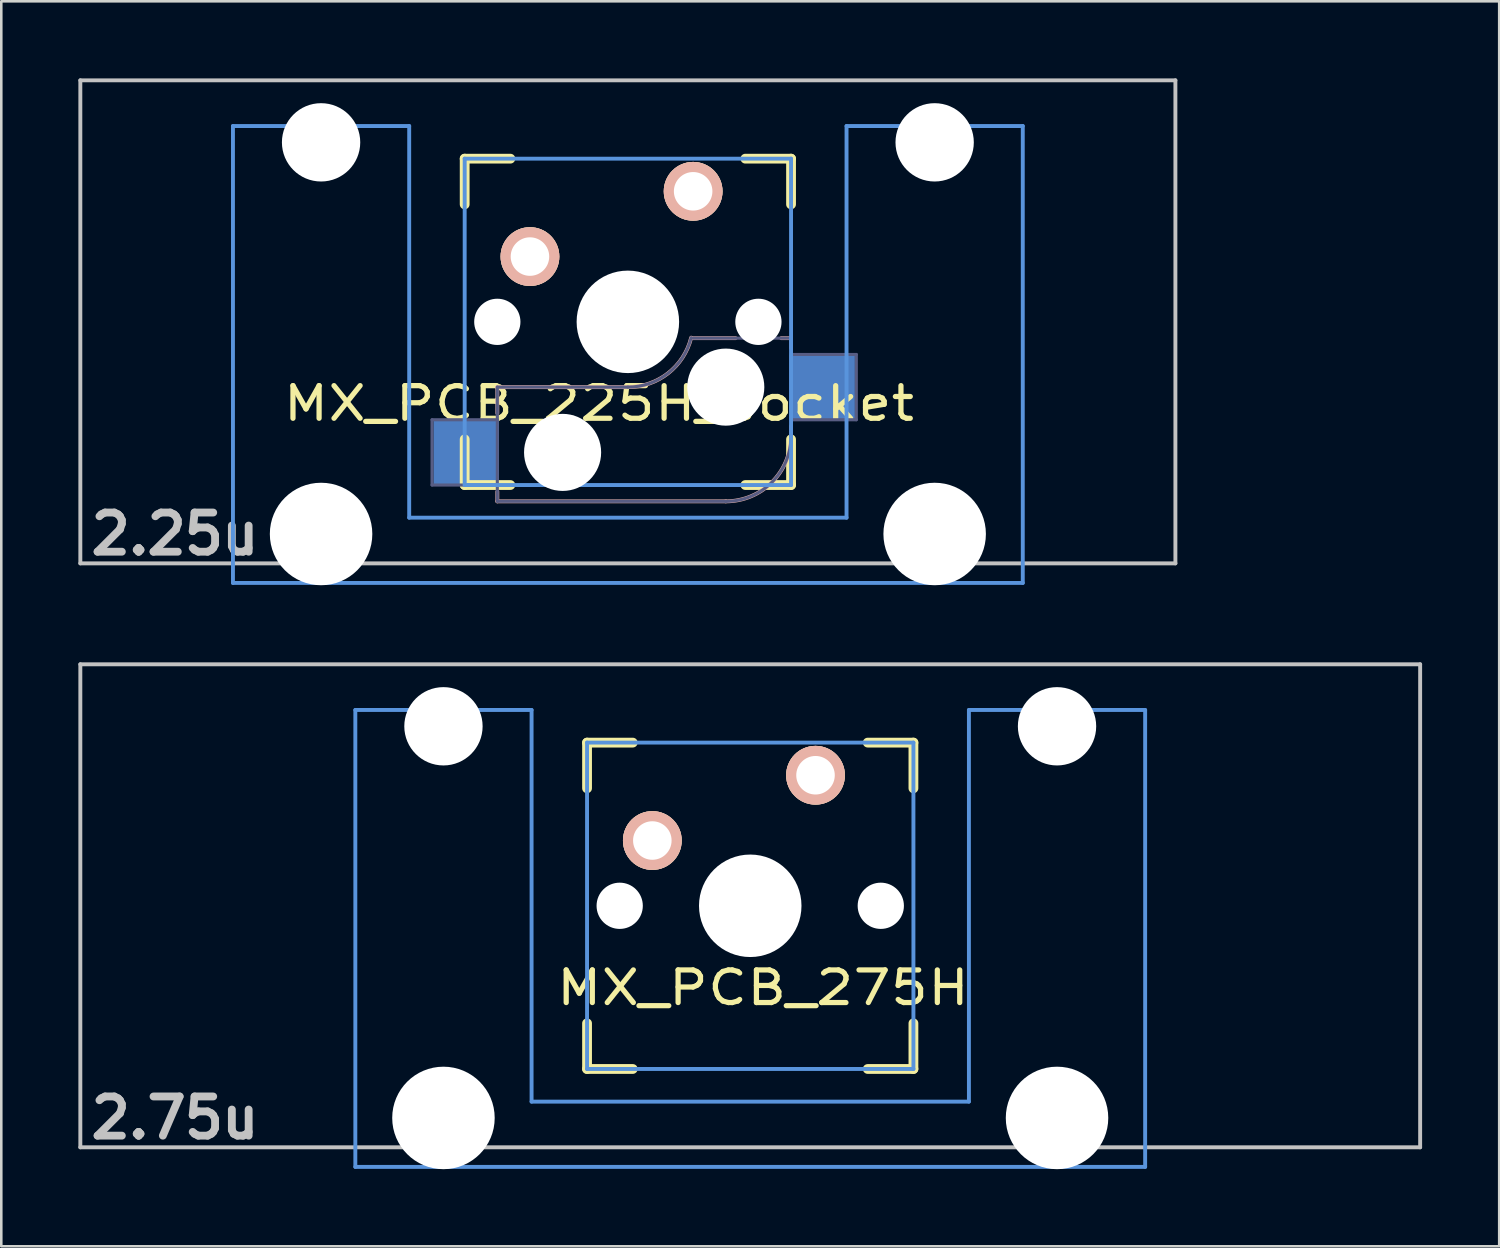
<source format=kicad_pcb>
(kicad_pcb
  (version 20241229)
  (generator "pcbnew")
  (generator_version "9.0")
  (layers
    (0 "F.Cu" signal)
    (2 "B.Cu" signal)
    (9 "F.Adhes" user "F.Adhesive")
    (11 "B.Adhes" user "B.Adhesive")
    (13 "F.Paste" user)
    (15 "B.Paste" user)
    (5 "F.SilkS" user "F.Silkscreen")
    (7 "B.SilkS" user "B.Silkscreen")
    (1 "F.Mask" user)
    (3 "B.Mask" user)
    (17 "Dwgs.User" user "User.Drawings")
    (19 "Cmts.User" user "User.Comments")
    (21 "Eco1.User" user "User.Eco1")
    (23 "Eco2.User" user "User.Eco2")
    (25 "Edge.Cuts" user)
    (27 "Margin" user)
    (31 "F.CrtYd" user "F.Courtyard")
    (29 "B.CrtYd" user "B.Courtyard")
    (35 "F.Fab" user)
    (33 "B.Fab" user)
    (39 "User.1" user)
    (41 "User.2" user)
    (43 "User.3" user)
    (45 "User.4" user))
  (footprint "MX_PCB_225H_socket"
    (layer "F.Cu")
    (at 21.382 9.474)
    (property "Reference" "MX_PCB_225H_socket" (at -1.13 3.175 0) (layer "F.SilkS") (effects (font (size 1.27 1.524) (thickness 0.203))))
    (attr through_hole)
    (fp_line (start -6.35 -6.35) (end -4.572 -6.35) (stroke (width 0.381) (type solid)) (layer "F.SilkS"))
    (fp_line (start -6.35 -4.572) (end -6.35 -6.35) (stroke (width 0.381) (type solid)) (layer "F.SilkS"))
    (fp_line (start -6.35 6.35) (end -6.35 4.572) (stroke (width 0.381) (type solid)) (layer "F.SilkS"))
    (fp_line (start -4.572 6.35) (end -6.35 6.35) (stroke (width 0.381) (type solid)) (layer "F.SilkS"))
    (fp_line (start 4.572 -6.35) (end 6.35 -6.35) (stroke (width 0.381) (type solid)) (layer "F.SilkS"))
    (fp_line (start 6.35 -6.35) (end 6.35 -4.572) (stroke (width 0.381) (type solid)) (layer "F.SilkS"))
    (fp_line (start 6.35 4.572) (end 6.35 6.35) (stroke (width 0.381) (type solid)) (layer "F.SilkS"))
    (fp_line (start 6.35 6.35) (end 4.572 6.35) (stroke (width 0.381) (type solid)) (layer "F.SilkS"))
    (fp_line (start -5.08 2.54) (end -5.08 3.556) (stroke (width 0.15) (type solid)) (layer "B.SilkS"))
    (fp_line (start -5.08 6.604) (end -5.08 6.985) (stroke (width 0.15) (type solid)) (layer "B.SilkS"))
    (fp_line (start -5.08 6.985) (end 3.81 6.985) (stroke (width 0.15) (type solid)) (layer "B.SilkS"))
    (fp_line (start 0 2.54) (end -5.08 2.54) (stroke (width 0.15) (type solid)) (layer "B.SilkS"))
    (fp_line (start 4.191 0.635) (end 2.54 0.635) (stroke (width 0.15) (type solid)) (layer "B.SilkS"))
    (fp_line (start 6.35 0.635) (end 5.969 0.635) (stroke (width 0.15) (type solid)) (layer "B.SilkS"))
    (fp_line (start 6.35 1.016) (end 6.35 0.635) (stroke (width 0.15) (type solid)) (layer "B.SilkS"))
    (fp_line (start 6.35 4.445) (end 6.35 4.064) (stroke (width 0.15) (type solid)) (layer "B.SilkS"))
    (fp_arc (start 2.464162 0.61604) (mid 1.563147 2.002042) (end 0 2.54) (stroke (width 0.15) (type solid)) (layer "B.SilkS"))
    (fp_arc (start 6.35 4.445) (mid 5.606051 6.241051) (end 3.81 6.985) (stroke (width 0.15) (type solid)) (layer "B.SilkS"))
    (fp_line (start -21.306 -9.398) (end 21.306 -9.398) (stroke (width 0.152) (type solid)) (layer "Dwgs.User"))
    (fp_line (start -21.306 9.398) (end -21.306 -9.398) (stroke (width 0.152) (type solid)) (layer "Dwgs.User"))
    (fp_line (start 21.306 -9.398) (end 21.306 9.398) (stroke (width 0.152) (type solid)) (layer "Dwgs.User"))
    (fp_line (start 21.306 9.398) (end -21.306 9.398) (stroke (width 0.152) (type solid)) (layer "Dwgs.User"))
    (fp_line (start -15.367 -7.62) (end -15.367 10.16) (stroke (width 0.152) (type solid)) (layer "Cmts.User"))
    (fp_line (start -15.367 10.16) (end 15.367 10.16) (stroke (width 0.152) (type solid)) (layer "Cmts.User"))
    (fp_line (start -8.509 -7.62) (end -15.367 -7.62) (stroke (width 0.152) (type solid)) (layer "Cmts.User"))
    (fp_line (start -8.509 7.62) (end -8.509 -7.62) (stroke (width 0.152) (type solid)) (layer "Cmts.User"))
    (fp_line (start -6.35 -6.35) (end 6.35 -6.35) (stroke (width 0.152) (type solid)) (layer "Cmts.User"))
    (fp_line (start -6.35 6.35) (end -6.35 -6.35) (stroke (width 0.152) (type solid)) (layer "Cmts.User"))
    (fp_line (start 6.35 -6.35) (end 6.35 6.35) (stroke (width 0.152) (type solid)) (layer "Cmts.User"))
    (fp_line (start 6.35 6.35) (end -6.35 6.35) (stroke (width 0.152) (type solid)) (layer "Cmts.User"))
    (fp_line (start 8.509 -7.62) (end 8.509 7.62) (stroke (width 0.152) (type solid)) (layer "Cmts.User"))
    (fp_line (start 8.509 7.62) (end -8.509 7.62) (stroke (width 0.152) (type solid)) (layer "Cmts.User"))
    (fp_line (start 15.367 -7.62) (end 8.509 -7.62) (stroke (width 0.152) (type solid)) (layer "Cmts.User"))
    (fp_line (start 15.367 10.16) (end 15.367 -7.62) (stroke (width 0.152) (type solid)) (layer "Cmts.User"))
    (fp_line (start -16.129 -2.286) (end -15.265 -2.286) (stroke (width 0.152) (type solid)) (layer "Eco2.User"))
    (fp_line (start -16.129 0.508) (end -16.129 -2.286) (stroke (width 0.152) (type solid)) (layer "Eco2.User"))
    (fp_line (start -15.265 -5.69) (end -8.611 -5.69) (stroke (width 0.152) (type solid)) (layer "Eco2.User"))
    (fp_line (start -15.265 -2.286) (end -15.265 -5.69) (stroke (width 0.152) (type solid)) (layer "Eco2.User"))
    (fp_line (start -15.265 0.508) (end -16.129 0.508) (stroke (width 0.152) (type solid)) (layer "Eco2.User"))
    (fp_line (start -15.265 6.604) (end -15.265 0.508) (stroke (width 0.152) (type solid)) (layer "Eco2.User"))
    (fp_line (start -14.224 6.604) (end -15.265 6.604) (stroke (width 0.152) (type solid)) (layer "Eco2.User"))
    (fp_line (start -14.224 7.772) (end -14.224 6.604) (stroke (width 0.152) (type solid)) (layer "Eco2.User"))
    (fp_line (start -9.652 6.604) (end -9.652 7.772) (stroke (width 0.152) (type solid)) (layer "Eco2.User"))
    (fp_line (start -9.652 7.772) (end -14.224 7.772) (stroke (width 0.152) (type solid)) (layer "Eco2.User"))
    (fp_line (start -8.611 -5.69) (end -8.611 -4.877) (stroke (width 0.152) (type solid)) (layer "Eco2.User"))
    (fp_line (start -8.611 -4.877) (end -6.985 -4.877) (stroke (width 0.152) (type solid)) (layer "Eco2.User"))
    (fp_line (start -8.611 5.817) (end -8.611 6.604) (stroke (width 0.152) (type solid)) (layer "Eco2.User"))
    (fp_line (start -8.611 6.604) (end -9.652 6.604) (stroke (width 0.152) (type solid)) (layer "Eco2.User"))
    (fp_line (start -6.985 -6.985) (end 6.985 -6.985) (stroke (width 0.152) (type solid)) (layer "Eco2.User"))
    (fp_line (start -6.985 -4.877) (end -6.985 -6.985) (stroke (width 0.152) (type solid)) (layer "Eco2.User"))
    (fp_line (start -6.985 5.817) (end -8.611 5.817) (stroke (width 0.152) (type solid)) (layer "Eco2.User"))
    (fp_line (start -6.985 6.985) (end -6.985 5.817) (stroke (width 0.152) (type solid)) (layer "Eco2.User"))
    (fp_line (start 6.985 -6.985) (end 6.985 -4.877) (stroke (width 0.152) (type solid)) (layer "Eco2.User"))
    (fp_line (start 6.985 -4.877) (end 8.611 -4.877) (stroke (width 0.152) (type solid)) (layer "Eco2.User"))
    (fp_line (start 6.985 5.817) (end 6.985 6.985) (stroke (width 0.152) (type solid)) (layer "Eco2.User"))
    (fp_line (start 6.985 6.985) (end -6.985 6.985) (stroke (width 0.152) (type solid)) (layer "Eco2.User"))
    (fp_line (start 8.611 -5.69) (end 15.265 -5.69) (stroke (width 0.152) (type solid)) (layer "Eco2.User"))
    (fp_line (start 8.611 -4.877) (end 8.611 -5.69) (stroke (width 0.152) (type solid)) (layer "Eco2.User"))
    (fp_line (start 8.611 5.817) (end 6.985 5.817) (stroke (width 0.152) (type solid)) (layer "Eco2.User"))
    (fp_line (start 8.611 6.604) (end 8.611 5.817) (stroke (width 0.152) (type solid)) (layer "Eco2.User"))
    (fp_line (start 9.652 6.604) (end 8.611 6.604) (stroke (width 0.152) (type solid)) (layer "Eco2.User"))
    (fp_line (start 9.652 7.772) (end 9.652 6.604) (stroke (width 0.152) (type solid)) (layer "Eco2.User"))
    (fp_line (start 14.224 6.604) (end 14.224 7.772) (stroke (width 0.152) (type solid)) (layer "Eco2.User"))
    (fp_line (start 14.224 7.772) (end 9.652 7.772) (stroke (width 0.152) (type solid)) (layer "Eco2.User"))
    (fp_line (start 15.265 -5.69) (end 15.265 -2.286) (stroke (width 0.152) (type solid)) (layer "Eco2.User"))
    (fp_line (start 15.265 -2.286) (end 16.129 -2.286) (stroke (width 0.152) (type solid)) (layer "Eco2.User"))
    (fp_line (start 15.265 0.508) (end 15.265 6.604) (stroke (width 0.152) (type solid)) (layer "Eco2.User"))
    (fp_line (start 15.265 6.604) (end 14.224 6.604) (stroke (width 0.152) (type solid)) (layer "Eco2.User"))
    (fp_line (start 16.129 -2.286) (end 16.129 0.508) (stroke (width 0.152) (type solid)) (layer "Eco2.User"))
    (fp_line (start 16.129 0.508) (end 15.265 0.508) (stroke (width 0.152) (type solid)) (layer "Eco2.User"))
    (fp_line (start -7.62 3.81) (end -7.62 6.35) (stroke (width 0.12) (type solid)) (layer "B.Fab"))
    (fp_line (start -7.62 6.35) (end -5.08 6.35) (stroke (width 0.12) (type solid)) (layer "B.Fab"))
    (fp_line (start -5.08 2.54) (end -5.08 6.985) (stroke (width 0.12) (type solid)) (layer "B.Fab"))
    (fp_line (start -5.08 3.81) (end -7.62 3.81) (stroke (width 0.12) (type solid)) (layer "B.Fab"))
    (fp_line (start -5.08 6.985) (end 3.81 6.985) (stroke (width 0.12) (type solid)) (layer "B.Fab"))
    (fp_line (start 0 2.54) (end -5.08 2.54) (stroke (width 0.12) (type solid)) (layer "B.Fab"))
    (fp_line (start 6.35 0.635) (end 2.54 0.635) (stroke (width 0.12) (type solid)) (layer "B.Fab"))
    (fp_line (start 6.35 3.81) (end 8.89 3.81) (stroke (width 0.12) (type solid)) (layer "B.Fab"))
    (fp_line (start 6.35 4.445) (end 6.35 0.635) (stroke (width 0.12) (type solid)) (layer "B.Fab"))
    (fp_line (start 8.89 1.27) (end 6.35 1.27) (stroke (width 0.12) (type solid)) (layer "B.Fab"))
    (fp_line (start 8.89 3.81) (end 8.89 1.27) (stroke (width 0.12) (type solid)) (layer "B.Fab"))
    (fp_arc (start 2.464162 0.61604) (mid 1.563147 2.002042) (end 0 2.54) (stroke (width 0.12) (type solid)) (layer "B.Fab"))
    (fp_arc (start 6.35 4.445) (mid 5.606051 6.241051) (end 3.81 6.985) (stroke (width 0.12) (type solid)) (layer "B.Fab"))
    (fp_text user "2.25u" (at -17.623 8.255 0) (layer "Dwgs.User") (effects (font (size 1.524 1.524) (thickness 0.305))))
    (pad "" np_thru_hole circle (at -11.938 -6.985) (size 3.048 3.048) (drill 3.048) (layers "*.Cu"))
    (pad "" np_thru_hole circle (at -11.938 8.255) (size 3.988 3.988) (drill 3.988) (layers "*.Cu"))
    (pad "" np_thru_hole circle (at -5.08 0) (size 1.8 1.8) (drill 1.8) (layers "*.Cu"))
    (pad "" np_thru_hole circle (at -2.54 5.08) (size 3 3) (drill 3) (layers "*.Cu" "*.Mask"))
    (pad "" np_thru_hole circle (at 0 0) (size 3.988 3.988) (drill 3.988) (layers "*.Cu"))
    (pad "" np_thru_hole circle (at 3.81 2.54) (size 3 3) (drill 3) (layers "*.Cu" "*.Mask"))
    (pad "" np_thru_hole circle (at 5.08 0) (size 1.8 1.8) (drill 1.8) (layers "*.Cu"))
    (pad "" np_thru_hole circle (at 11.938 -6.985) (size 3.048 3.048) (drill 3.048) (layers "*.Cu"))
    (pad "" np_thru_hole circle (at 11.938 8.255) (size 3.988 3.988) (drill 3.988) (layers "*.Cu"))
    (pad "1" smd rect (at -6.29 5.08) (size 2.55 2.5) (layers "B.Cu" "B.Mask" "B.Paste"))
    (pad "1" thru_hole circle (at 2.54 -5.08) (size 2.286 2.286) (drill 1.499) (layers "*.Cu" "*.SilkS" "*.Mask"))
    (pad "2" thru_hole circle (at -3.81 -2.54) (size 2.286 2.286) (drill 1.499) (layers "*.Cu" "*.SilkS" "*.Mask"))
    (pad "2" smd rect (at 7.56 2.54) (size 2.55 2.5) (layers "B.Cu" "B.Mask" "B.Paste")))
  (footprint "MX_PCB_275H"
    (layer "F.Cu")
    (at 26.144 32.197)
    (property "Reference" "MX_PCB_275H" (at 0.495 3.188 0) (layer "F.SilkS") (effects (font (size 1.27 1.524) (thickness 0.203))))
    (attr through_hole)
    (fp_line (start -6.35 -6.35) (end -4.572 -6.35) (stroke (width 0.381) (type solid)) (layer "F.SilkS"))
    (fp_line (start -6.35 -4.572) (end -6.35 -6.35) (stroke (width 0.381) (type solid)) (layer "F.SilkS"))
    (fp_line (start -6.35 6.35) (end -6.35 4.572) (stroke (width 0.381) (type solid)) (layer "F.SilkS"))
    (fp_line (start -4.572 6.35) (end -6.35 6.35) (stroke (width 0.381) (type solid)) (layer "F.SilkS"))
    (fp_line (start 4.572 -6.35) (end 6.35 -6.35) (stroke (width 0.381) (type solid)) (layer "F.SilkS"))
    (fp_line (start 6.35 -6.35) (end 6.35 -4.572) (stroke (width 0.381) (type solid)) (layer "F.SilkS"))
    (fp_line (start 6.35 4.572) (end 6.35 6.35) (stroke (width 0.381) (type solid)) (layer "F.SilkS"))
    (fp_line (start 6.35 6.35) (end 4.572 6.35) (stroke (width 0.381) (type solid)) (layer "F.SilkS"))
    (fp_line (start -26.068 -9.398) (end 26.068 -9.398) (stroke (width 0.152) (type solid)) (layer "Dwgs.User"))
    (fp_line (start -26.068 9.398) (end -26.068 -9.398) (stroke (width 0.152) (type solid)) (layer "Dwgs.User"))
    (fp_line (start 26.068 -9.398) (end 26.068 9.398) (stroke (width 0.152) (type solid)) (layer "Dwgs.User"))
    (fp_line (start 26.068 9.398) (end -26.068 9.398) (stroke (width 0.152) (type solid)) (layer "Dwgs.User"))
    (fp_line (start -15.367 -7.62) (end -15.367 10.16) (stroke (width 0.152) (type solid)) (layer "Cmts.User"))
    (fp_line (start -15.367 10.16) (end 15.367 10.16) (stroke (width 0.152) (type solid)) (layer "Cmts.User"))
    (fp_line (start -8.509 -7.62) (end -15.367 -7.62) (stroke (width 0.152) (type solid)) (layer "Cmts.User"))
    (fp_line (start -8.509 7.62) (end -8.509 -7.62) (stroke (width 0.152) (type solid)) (layer "Cmts.User"))
    (fp_line (start -6.35 -6.35) (end 6.35 -6.35) (stroke (width 0.152) (type solid)) (layer "Cmts.User"))
    (fp_line (start -6.35 6.35) (end -6.35 -6.35) (stroke (width 0.152) (type solid)) (layer "Cmts.User"))
    (fp_line (start 6.35 -6.35) (end 6.35 6.35) (stroke (width 0.152) (type solid)) (layer "Cmts.User"))
    (fp_line (start 6.35 6.35) (end -6.35 6.35) (stroke (width 0.152) (type solid)) (layer "Cmts.User"))
    (fp_line (start 8.509 -7.62) (end 8.509 7.62) (stroke (width 0.152) (type solid)) (layer "Cmts.User"))
    (fp_line (start 8.509 7.62) (end -8.509 7.62) (stroke (width 0.152) (type solid)) (layer "Cmts.User"))
    (fp_line (start 15.367 -7.62) (end 8.509 -7.62) (stroke (width 0.152) (type solid)) (layer "Cmts.User"))
    (fp_line (start 15.367 10.16) (end 15.367 -7.62) (stroke (width 0.152) (type solid)) (layer "Cmts.User"))
    (fp_line (start -16.129 -2.286) (end -15.265 -2.286) (stroke (width 0.152) (type solid)) (layer "Eco2.User"))
    (fp_line (start -16.129 0.508) (end -16.129 -2.286) (stroke (width 0.152) (type solid)) (layer "Eco2.User"))
    (fp_line (start -15.265 -5.69) (end -8.611 -5.69) (stroke (width 0.152) (type solid)) (layer "Eco2.User"))
    (fp_line (start -15.265 -2.286) (end -15.265 -5.69) (stroke (width 0.152) (type solid)) (layer "Eco2.User"))
    (fp_line (start -15.265 0.508) (end -16.129 0.508) (stroke (width 0.152) (type solid)) (layer "Eco2.User"))
    (fp_line (start -15.265 6.604) (end -15.265 0.508) (stroke (width 0.152) (type solid)) (layer "Eco2.User"))
    (fp_line (start -14.224 6.604) (end -15.265 6.604) (stroke (width 0.152) (type solid)) (layer "Eco2.User"))
    (fp_line (start -14.224 7.772) (end -14.224 6.604) (stroke (width 0.152) (type solid)) (layer "Eco2.User"))
    (fp_line (start -9.652 6.604) (end -9.652 7.772) (stroke (width 0.152) (type solid)) (layer "Eco2.User"))
    (fp_line (start -9.652 7.772) (end -14.224 7.772) (stroke (width 0.152) (type solid)) (layer "Eco2.User"))
    (fp_line (start -8.611 -5.69) (end -8.611 -4.877) (stroke (width 0.152) (type solid)) (layer "Eco2.User"))
    (fp_line (start -8.611 -4.877) (end -6.985 -4.877) (stroke (width 0.152) (type solid)) (layer "Eco2.User"))
    (fp_line (start -8.611 5.817) (end -8.611 6.604) (stroke (width 0.152) (type solid)) (layer "Eco2.User"))
    (fp_line (start -8.611 6.604) (end -9.652 6.604) (stroke (width 0.152) (type solid)) (layer "Eco2.User"))
    (fp_line (start -6.985 -6.985) (end 6.985 -6.985) (stroke (width 0.152) (type solid)) (layer "Eco2.User"))
    (fp_line (start -6.985 -4.877) (end -6.985 -6.985) (stroke (width 0.152) (type solid)) (layer "Eco2.User"))
    (fp_line (start -6.985 5.817) (end -8.611 5.817) (stroke (width 0.152) (type solid)) (layer "Eco2.User"))
    (fp_line (start -6.985 6.985) (end -6.985 5.817) (stroke (width 0.152) (type solid)) (layer "Eco2.User"))
    (fp_line (start 6.985 -6.985) (end 6.985 -4.877) (stroke (width 0.152) (type solid)) (layer "Eco2.User"))
    (fp_line (start 6.985 -4.877) (end 8.611 -4.877) (stroke (width 0.152) (type solid)) (layer "Eco2.User"))
    (fp_line (start 6.985 5.817) (end 6.985 6.985) (stroke (width 0.152) (type solid)) (layer "Eco2.User"))
    (fp_line (start 6.985 6.985) (end -6.985 6.985) (stroke (width 0.152) (type solid)) (layer "Eco2.User"))
    (fp_line (start 8.611 -5.69) (end 15.265 -5.69) (stroke (width 0.152) (type solid)) (layer "Eco2.User"))
    (fp_line (start 8.611 -4.877) (end 8.611 -5.69) (stroke (width 0.152) (type solid)) (layer "Eco2.User"))
    (fp_line (start 8.611 5.817) (end 6.985 5.817) (stroke (width 0.152) (type solid)) (layer "Eco2.User"))
    (fp_line (start 8.611 6.604) (end 8.611 5.817) (stroke (width 0.152) (type solid)) (layer "Eco2.User"))
    (fp_line (start 9.652 6.604) (end 8.611 6.604) (stroke (width 0.152) (type solid)) (layer "Eco2.User"))
    (fp_line (start 9.652 7.772) (end 9.652 6.604) (stroke (width 0.152) (type solid)) (layer "Eco2.User"))
    (fp_line (start 14.224 6.604) (end 14.224 7.772) (stroke (width 0.152) (type solid)) (layer "Eco2.User"))
    (fp_line (start 14.224 7.772) (end 9.652 7.772) (stroke (width 0.152) (type solid)) (layer "Eco2.User"))
    (fp_line (start 15.265 -5.69) (end 15.265 -2.286) (stroke (width 0.152) (type solid)) (layer "Eco2.User"))
    (fp_line (start 15.265 -2.286) (end 16.129 -2.286) (stroke (width 0.152) (type solid)) (layer "Eco2.User"))
    (fp_line (start 15.265 0.508) (end 15.265 6.604) (stroke (width 0.152) (type solid)) (layer "Eco2.User"))
    (fp_line (start 15.265 6.604) (end 14.224 6.604) (stroke (width 0.152) (type solid)) (layer "Eco2.User"))
    (fp_line (start 16.129 -2.286) (end 16.129 0.508) (stroke (width 0.152) (type solid)) (layer "Eco2.User"))
    (fp_line (start 16.129 0.508) (end 15.265 0.508) (stroke (width 0.152) (type solid)) (layer "Eco2.User"))
    (fp_text user "2.75u" (at -22.385 8.255 0) (layer "Dwgs.User") (effects (font (size 1.524 1.524) (thickness 0.305))))
    (pad "" np_thru_hole circle (at -11.938 -6.985) (size 3.048 3.048) (drill 3.048) (layers "*.Cu"))
    (pad "" np_thru_hole circle (at -11.938 8.255) (size 3.988 3.988) (drill 3.988) (layers "*.Cu"))
    (pad "" np_thru_hole circle (at -5.08 0) (size 1.8 1.8) (drill 1.8) (layers "*.Cu"))
    (pad "" np_thru_hole circle (at 0 0) (size 3.988 3.988) (drill 3.988) (layers "*.Cu"))
    (pad "" np_thru_hole circle (at 5.08 0) (size 1.8 1.8) (drill 1.8) (layers "*.Cu"))
    (pad "" np_thru_hole circle (at 11.938 -6.985) (size 3.048 3.048) (drill 3.048) (layers "*.Cu"))
    (pad "" np_thru_hole circle (at 11.938 8.255) (size 3.988 3.988) (drill 3.988) (layers "*.Cu"))
    (pad "1" thru_hole circle (at 2.54 -5.08) (size 2.286 2.286) (drill 1.499) (layers "*.Cu" "*.SilkS" "*.Mask"))
    (pad "2" thru_hole circle (at -3.81 -2.54) (size 2.286 2.286) (drill 1.499) (layers "*.Cu" "*.SilkS" "*.Mask")))
  (gr_rect
    (start -3 -3)
    (end 55.288 45.446)
    (stroke (width 0.1) (type default))
    (fill no)
    (layer "Edge.Cuts")))
</source>
